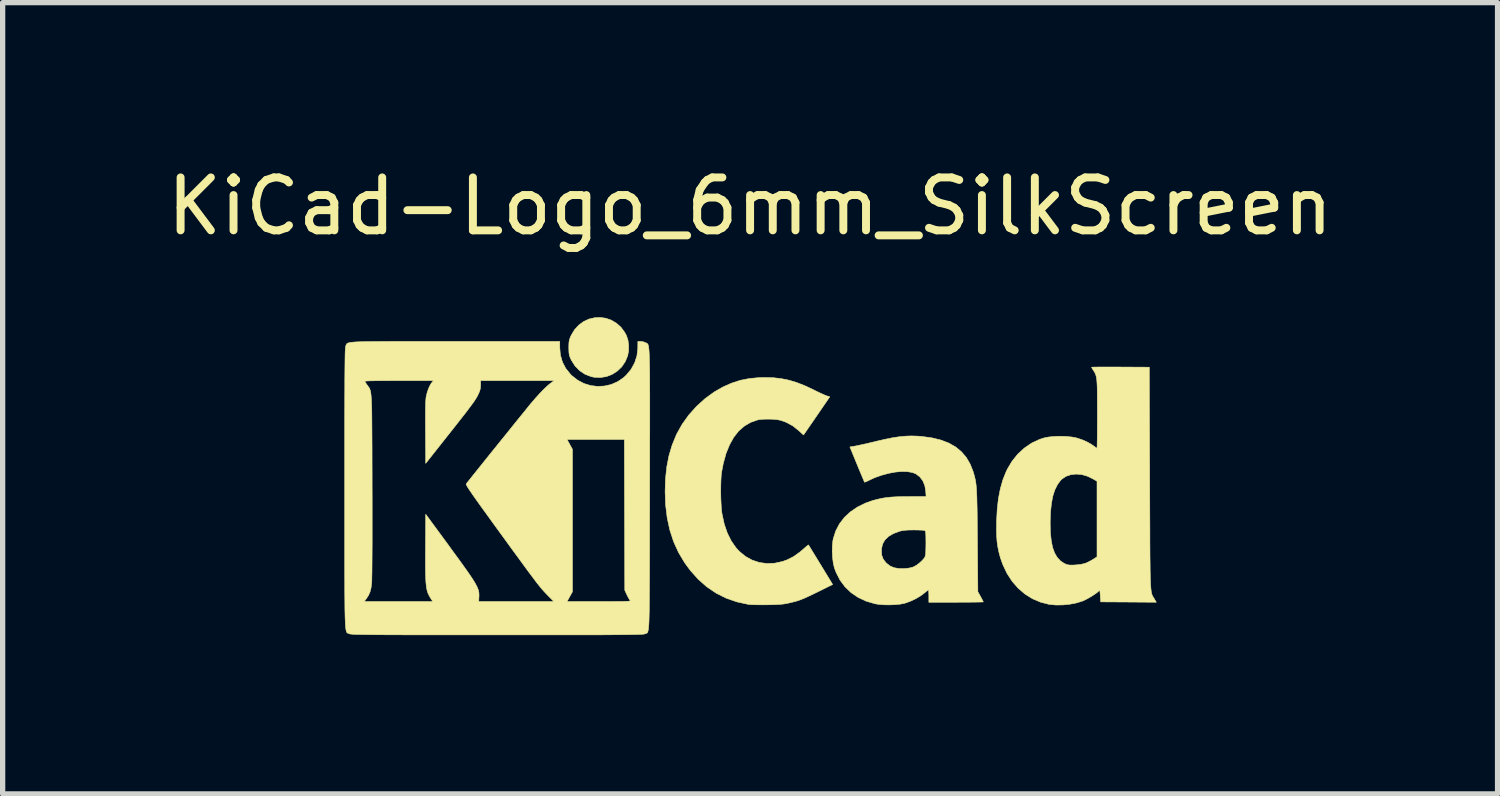
<source format=kicad_pcb>
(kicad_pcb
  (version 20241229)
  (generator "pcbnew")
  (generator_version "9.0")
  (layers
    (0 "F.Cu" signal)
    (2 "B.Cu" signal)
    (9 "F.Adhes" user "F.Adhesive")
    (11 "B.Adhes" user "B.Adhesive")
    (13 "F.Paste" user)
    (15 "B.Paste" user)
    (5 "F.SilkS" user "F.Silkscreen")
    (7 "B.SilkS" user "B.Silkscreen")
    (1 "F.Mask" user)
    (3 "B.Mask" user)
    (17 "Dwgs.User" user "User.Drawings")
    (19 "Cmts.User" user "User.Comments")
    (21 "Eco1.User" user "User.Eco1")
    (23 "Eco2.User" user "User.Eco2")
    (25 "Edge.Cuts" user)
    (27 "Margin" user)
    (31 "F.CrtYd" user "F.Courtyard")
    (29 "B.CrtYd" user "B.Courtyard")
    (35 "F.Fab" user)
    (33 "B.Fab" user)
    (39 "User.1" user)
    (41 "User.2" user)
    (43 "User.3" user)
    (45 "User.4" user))
  (footprint "KiCad-Logo_6mm_SilkScreen"
    (layer "F.Cu")
    (at 11.125 5.928)
    (property "Reference" "KiCad-Logo_6mm_SilkScreen" (at 0 -5.08 0) (layer "F.SilkS") (effects (font (size 1 1) (thickness 0.15))))
    (attr exclude_from_pos_files exclude_from_bom)
    (fp_poly (pts (xy -2.726 -2.964) (xy -2.623 -2.928) (xy -2.527 -2.871) (xy -2.441 -2.795) (xy -2.369 -2.697) (xy -2.336 -2.636) (xy -2.308 -2.55) (xy -2.295 -2.451) (xy -2.296 -2.35) (xy -2.313 -2.257) (xy -2.359 -2.145) (xy -2.425 -2.047) (xy -2.509 -1.966) (xy -2.606 -1.904) (xy -2.714 -1.862) (xy -2.829 -1.844) (xy -2.948 -1.849) (xy -3.007 -1.862) (xy -3.121 -1.906) (xy -3.222 -1.974) (xy -3.309 -2.063) (xy -3.377 -2.171) (xy -3.383 -2.183) (xy -3.403 -2.227) (xy -3.415 -2.265) (xy -3.422 -2.304) (xy -3.425 -2.355) (xy -3.426 -2.41) (xy -3.425 -2.476) (xy -3.421 -2.523) (xy -3.413 -2.562) (xy -3.399 -2.6) (xy -3.382 -2.639) (xy -3.318 -2.747) (xy -3.238 -2.834) (xy -3.147 -2.901) (xy -3.047 -2.948) (xy -2.941 -2.973) (xy -2.833 -2.979) (xy -2.726 -2.964)) (stroke (width 0.01) (type solid)) (fill yes) (layer "F.SilkS"))
    (fp_poly (pts (xy 0.44 -1.84) (xy 0.588 -1.823) (xy 0.731 -1.794) (xy 0.876 -1.751) (xy 1.028 -1.692) (xy 1.192 -1.615) (xy 1.222 -1.6) (xy 1.29 -1.567) (xy 1.354 -1.537) (xy 1.408 -1.513) (xy 1.446 -1.498) (xy 1.451 -1.496) (xy 1.506 -1.48) (xy 1.26 -1.121) (xy 1.2 -1.033) (xy 1.144 -0.953) (xy 1.096 -0.883) (xy 1.057 -0.826) (xy 1.029 -0.785) (xy 1.013 -0.763) (xy 1.011 -0.759) (xy 1 -0.767) (xy 0.975 -0.789) (xy 0.939 -0.823) (xy 0.919 -0.841) (xy 0.806 -0.931) (xy 0.679 -0.999) (xy 0.57 -1.037) (xy 0.504 -1.049) (xy 0.422 -1.056) (xy 0.333 -1.058) (xy 0.247 -1.056) (xy 0.173 -1.048) (xy 0.144 -1.043) (xy 0.011 -0.997) (xy -0.108 -0.927) (xy -0.215 -0.834) (xy -0.308 -0.716) (xy -0.387 -0.575) (xy -0.454 -0.411) (xy -0.506 -0.223) (xy -0.537 -0.062) (xy -0.546 0.009) (xy -0.551 0.101) (xy -0.554 0.207) (xy -0.555 0.32) (xy -0.553 0.435) (xy -0.548 0.544) (xy -0.542 0.64) (xy -0.533 0.718) (xy -0.531 0.73) (xy -0.489 0.923) (xy -0.431 1.094) (xy -0.357 1.243) (xy -0.267 1.372) (xy -0.203 1.442) (xy -0.089 1.536) (xy 0.037 1.606) (xy 0.172 1.651) (xy 0.313 1.671) (xy 0.459 1.666) (xy 0.608 1.634) (xy 0.696 1.603) (xy 0.818 1.542) (xy 0.943 1.453) (xy 1.013 1.393) (xy 1.053 1.358) (xy 1.084 1.332) (xy 1.101 1.32) (xy 1.104 1.32) (xy 1.112 1.332) (xy 1.132 1.366) (xy 1.163 1.416) (xy 1.203 1.482) (xy 1.251 1.56) (xy 1.304 1.647) (xy 1.334 1.696) (xy 1.56 2.067) (xy 1.278 2.207) (xy 1.176 2.257) (xy 1.093 2.296) (xy 1.025 2.327) (xy 0.966 2.351) (xy 0.911 2.371) (xy 0.855 2.388) (xy 0.794 2.403) (xy 0.735 2.417) (xy 0.682 2.428) (xy 0.627 2.437) (xy 0.565 2.443) (xy 0.488 2.447) (xy 0.394 2.45) (xy 0.33 2.451) (xy 0.238 2.452) (xy 0.151 2.451) (xy 0.073 2.45) (xy 0.01 2.447) (xy -0.032 2.444) (xy -0.034 2.443) (xy -0.25 2.396) (xy -0.452 2.326) (xy -0.642 2.231) (xy -0.818 2.112) (xy -0.98 1.969) (xy -1.129 1.803) (xy -1.238 1.654) (xy -1.353 1.461) (xy -1.446 1.256) (xy -1.517 1.038) (xy -1.567 0.807) (xy -1.597 0.56) (xy -1.606 0.309) (xy -1.598 0.066) (xy -1.574 -0.158) (xy -1.533 -0.368) (xy -1.474 -0.565) (xy -1.396 -0.756) (xy -1.387 -0.776) (xy -1.284 -0.96) (xy -1.159 -1.135) (xy -1.013 -1.298) (xy -0.851 -1.445) (xy -0.676 -1.572) (xy -0.514 -1.665) (xy -0.349 -1.738) (xy -0.185 -1.791) (xy -0.013 -1.825) (xy 0.171 -1.842) (xy 0.281 -1.844) (xy 0.44 -1.84)) (stroke (width 0.01) (type solid)) (fill yes) (layer "F.SilkS"))
    (fp_poly (pts (xy 6.842 -2.043) (xy 6.959 -2.043) (xy 6.999 -2.042) (xy 7.544 -2.039) (xy 7.551 0.055) (xy 7.552 0.339) (xy 7.553 0.597) (xy 7.554 0.83) (xy 7.555 1.039) (xy 7.555 1.227) (xy 7.556 1.393) (xy 7.557 1.54) (xy 7.559 1.669) (xy 7.56 1.782) (xy 7.562 1.879) (xy 7.564 1.961) (xy 7.567 2.031) (xy 7.57 2.09) (xy 7.574 2.138) (xy 7.578 2.177) (xy 7.582 2.209) (xy 7.588 2.235) (xy 7.594 2.257) (xy 7.601 2.274) (xy 7.609 2.29) (xy 7.618 2.305) (xy 7.627 2.32) (xy 7.638 2.337) (xy 7.64 2.341) (xy 7.676 2.403) (xy 7.15 2.399) (xy 6.625 2.396) (xy 6.618 2.28) (xy 6.614 2.225) (xy 6.61 2.193) (xy 6.605 2.18) (xy 6.597 2.183) (xy 6.59 2.19) (xy 6.561 2.217) (xy 6.514 2.251) (xy 6.456 2.289) (xy 6.392 2.326) (xy 6.33 2.359) (xy 6.283 2.38) (xy 6.171 2.415) (xy 6.044 2.44) (xy 5.909 2.454) (xy 5.777 2.455) (xy 5.656 2.444) (xy 5.654 2.444) (xy 5.49 2.402) (xy 5.335 2.336) (xy 5.193 2.247) (xy 5.065 2.137) (xy 4.951 2.006) (xy 4.854 1.856) (xy 4.775 1.689) (xy 4.731 1.565) (xy 4.703 1.462) (xy 4.682 1.361) (xy 4.667 1.258) (xy 4.659 1.146) (xy 4.656 1.019) (xy 4.658 0.915) (xy 5.671 0.915) (xy 5.675 1.089) (xy 5.691 1.239) (xy 5.716 1.366) (xy 5.754 1.471) (xy 5.803 1.555) (xy 5.864 1.621) (xy 5.934 1.668) (xy 5.971 1.685) (xy 6.003 1.695) (xy 6.038 1.7) (xy 6.086 1.701) (xy 6.137 1.699) (xy 6.238 1.69) (xy 6.318 1.672) (xy 6.343 1.664) (xy 6.4 1.638) (xy 6.461 1.605) (xy 6.487 1.589) (xy 6.556 1.544) (xy 6.556 0.117) (xy 6.48 0.072) (xy 6.375 0.021) (xy 6.268 -0.01) (xy 6.162 -0.019) (xy 6.061 -0.008) (xy 5.97 0.023) (xy 5.893 0.075) (xy 5.868 0.099) (xy 5.808 0.181) (xy 5.759 0.279) (xy 5.721 0.396) (xy 5.695 0.533) (xy 5.678 0.692) (xy 5.671 0.876) (xy 5.671 0.915) (xy 4.658 0.915) (xy 4.658 0.872) (xy 4.67 0.646) (xy 4.693 0.442) (xy 4.729 0.258) (xy 4.777 0.089) (xy 4.839 -0.066) (xy 4.861 -0.112) (xy 4.95 -0.262) (xy 5.058 -0.396) (xy 5.182 -0.51) (xy 5.319 -0.604) (xy 5.468 -0.674) (xy 5.557 -0.703) (xy 5.644 -0.72) (xy 5.749 -0.73) (xy 5.863 -0.734) (xy 5.977 -0.73) (xy 6.083 -0.719) (xy 6.167 -0.703) (xy 6.268 -0.67) (xy 6.366 -0.628) (xy 6.451 -0.58) (xy 6.497 -0.548) (xy 6.528 -0.525) (xy 6.55 -0.51) (xy 6.555 -0.508) (xy 6.557 -0.521) (xy 6.558 -0.559) (xy 6.559 -0.619) (xy 6.561 -0.699) (xy 6.562 -0.795) (xy 6.562 -0.906) (xy 6.563 -1.027) (xy 6.563 -1.151) (xy 6.563 -1.31) (xy 6.562 -1.444) (xy 6.561 -1.555) (xy 6.56 -1.647) (xy 6.557 -1.721) (xy 6.553 -1.781) (xy 6.548 -1.829) (xy 6.54 -1.867) (xy 6.531 -1.898) (xy 6.52 -1.925) (xy 6.507 -1.949) (xy 6.49 -1.975) (xy 6.488 -1.978) (xy 6.467 -2.011) (xy 6.455 -2.034) (xy 6.453 -2.039) (xy 6.466 -2.04) (xy 6.504 -2.041) (xy 6.563 -2.042) (xy 6.642 -2.043) (xy 6.735 -2.043) (xy 6.842 -2.043)) (stroke (width 0.01) (type solid)) (fill yes) (layer "F.SilkS"))
    (fp_poly (pts (xy 3.168 -0.736) (xy 3.236 -0.731) (xy 3.43 -0.705) (xy 3.603 -0.663) (xy 3.753 -0.606) (xy 3.884 -0.532) (xy 3.994 -0.441) (xy 4.086 -0.333) (xy 4.16 -0.206) (xy 4.214 -0.069) (xy 4.227 -0.025) (xy 4.239 0.016) (xy 4.249 0.057) (xy 4.258 0.099) (xy 4.266 0.145) (xy 4.272 0.196) (xy 4.277 0.257) (xy 4.281 0.327) (xy 4.285 0.411) (xy 4.287 0.509) (xy 4.29 0.624) (xy 4.292 0.759) (xy 4.293 0.915) (xy 4.295 1.095) (xy 4.296 1.236) (xy 4.304 2.204) (xy 4.356 2.297) (xy 4.38 2.342) (xy 4.398 2.377) (xy 4.407 2.395) (xy 4.407 2.396) (xy 4.394 2.398) (xy 4.356 2.399) (xy 4.297 2.4) (xy 4.22 2.401) (xy 4.127 2.402) (xy 4.021 2.402) (xy 3.906 2.403) (xy 3.892 2.403) (xy 3.378 2.403) (xy 3.378 2.286) (xy 3.377 2.233) (xy 3.374 2.193) (xy 3.371 2.171) (xy 3.369 2.169) (xy 3.356 2.178) (xy 3.328 2.2) (xy 3.291 2.231) (xy 3.29 2.231) (xy 3.224 2.281) (xy 3.14 2.331) (xy 3.048 2.376) (xy 2.957 2.411) (xy 2.918 2.423) (xy 2.838 2.439) (xy 2.741 2.448) (xy 2.635 2.453) (xy 2.528 2.451) (xy 2.43 2.443) (xy 2.362 2.432) (xy 2.194 2.383) (xy 2.042 2.312) (xy 1.909 2.222) (xy 1.794 2.112) (xy 1.699 1.984) (xy 1.625 1.839) (xy 1.592 1.751) (xy 1.572 1.665) (xy 1.559 1.562) (xy 1.553 1.451) (xy 1.553 1.435) (xy 2.482 1.435) (xy 2.489 1.517) (xy 2.515 1.586) (xy 2.562 1.649) (xy 2.581 1.668) (xy 2.645 1.718) (xy 2.72 1.75) (xy 2.81 1.766) (xy 2.904 1.767) (xy 2.994 1.759) (xy 3.062 1.744) (xy 3.092 1.733) (xy 3.145 1.703) (xy 3.202 1.66) (xy 3.254 1.612) (xy 3.293 1.566) (xy 3.303 1.549) (xy 3.311 1.526) (xy 3.317 1.488) (xy 3.32 1.433) (xy 3.322 1.357) (xy 3.323 1.284) (xy 3.322 1.199) (xy 3.321 1.138) (xy 3.319 1.096) (xy 3.315 1.07) (xy 3.309 1.055) (xy 3.301 1.048) (xy 3.299 1.046) (xy 3.276 1.043) (xy 3.233 1.04) (xy 3.173 1.038) (xy 3.104 1.037) (xy 3.089 1.037) (xy 2.997 1.038) (xy 2.925 1.043) (xy 2.869 1.051) (xy 2.822 1.062) (xy 2.706 1.106) (xy 2.615 1.16) (xy 2.548 1.225) (xy 2.504 1.302) (xy 2.484 1.391) (xy 2.482 1.435) (xy 1.553 1.435) (xy 1.554 1.342) (xy 1.564 1.245) (xy 1.571 1.205) (xy 1.617 1.059) (xy 1.687 0.924) (xy 1.78 0.802) (xy 1.895 0.695) (xy 2.03 0.603) (xy 2.183 0.528) (xy 2.313 0.482) (xy 2.401 0.459) (xy 2.484 0.44) (xy 2.569 0.426) (xy 2.661 0.416) (xy 2.765 0.41) (xy 2.888 0.407) (xy 2.998 0.406) (xy 3.326 0.405) (xy 3.319 0.307) (xy 3.302 0.2) (xy 3.264 0.108) (xy 3.207 0.033) (xy 3.134 -0.022) (xy 3.07 -0.048) (xy 2.977 -0.065) (xy 2.867 -0.068) (xy 2.745 -0.057) (xy 2.615 -0.033) (xy 2.483 0.003) (xy 2.354 0.049) (xy 2.261 0.092) (xy 2.216 0.114) (xy 2.181 0.129) (xy 2.164 0.135) (xy 2.163 0.135) (xy 2.157 0.121) (xy 2.142 0.086) (xy 2.119 0.032) (xy 2.09 -0.037) (xy 2.056 -0.118) (xy 2.022 -0.201) (xy 1.886 -0.532) (xy 1.983 -0.548) (xy 2.025 -0.556) (xy 2.088 -0.57) (xy 2.167 -0.587) (xy 2.257 -0.608) (xy 2.351 -0.63) (xy 2.389 -0.64) (xy 2.552 -0.677) (xy 2.694 -0.706) (xy 2.822 -0.725) (xy 2.939 -0.736) (xy 3.053 -0.74) (xy 3.168 -0.736)) (stroke (width 0.01) (type solid)) (fill yes) (layer "F.SilkS"))
    (fp_poly (pts (xy -5.956 -2.526) (xy -5.691 -2.526) (xy -5.568 -2.526) (xy -3.597 -2.526) (xy -3.597 -2.41) (xy -3.585 -2.269) (xy -3.547 -2.138) (xy -3.485 -2.018) (xy -3.396 -1.907) (xy -3.366 -1.877) (xy -3.258 -1.793) (xy -3.14 -1.731) (xy -3.013 -1.692) (xy -2.883 -1.676) (xy -2.752 -1.683) (xy -2.625 -1.712) (xy -2.504 -1.765) (xy -2.393 -1.84) (xy -2.343 -1.886) (xy -2.25 -1.997) (xy -2.182 -2.12) (xy -2.139 -2.252) (xy -2.122 -2.392) (xy -2.122 -2.406) (xy -2.121 -2.526) (xy -2.068 -2.526) (xy -2.022 -2.52) (xy -1.979 -2.504) (xy -1.976 -2.503) (xy -1.966 -2.498) (xy -1.957 -2.494) (xy -1.949 -2.49) (xy -1.942 -2.485) (xy -1.935 -2.477) (xy -1.929 -2.467) (xy -1.924 -2.451) (xy -1.919 -2.43) (xy -1.915 -2.402) (xy -1.911 -2.366) (xy -1.908 -2.321) (xy -1.905 -2.266) (xy -1.903 -2.199) (xy -1.901 -2.12) (xy -1.899 -2.027) (xy -1.898 -1.919) (xy -1.897 -1.795) (xy -1.897 -1.654) (xy -1.896 -1.495) (xy -1.896 -1.317) (xy -1.896 -1.118) (xy -1.896 -0.897) (xy -1.897 -0.654) (xy -1.897 -0.386) (xy -1.897 -0.094) (xy -1.898 0.224) (xy -1.898 0.263) (xy -1.898 0.584) (xy -1.899 0.878) (xy -1.899 1.147) (xy -1.899 1.392) (xy -1.9 1.614) (xy -1.9 1.814) (xy -1.901 1.994) (xy -1.902 2.154) (xy -1.903 2.296) (xy -1.904 2.421) (xy -1.905 2.529) (xy -1.907 2.623) (xy -1.909 2.702) (xy -1.911 2.769) (xy -1.914 2.825) (xy -1.918 2.87) (xy -1.921 2.906) (xy -1.926 2.934) (xy -1.931 2.954) (xy -1.936 2.969) (xy -1.942 2.979) (xy -1.949 2.986) (xy -1.956 2.99) (xy -1.965 2.993) (xy -1.974 2.995) (xy -1.983 2.999) (xy -1.986 3) (xy -1.993 3.002) (xy -2.006 3.005) (xy -2.025 3.007) (xy -2.051 3.009) (xy -2.085 3.01) (xy -2.129 3.012) (xy -2.184 3.013) (xy -2.25 3.014) (xy -2.329 3.015) (xy -2.422 3.016) (xy -2.53 3.017) (xy -2.654 3.018) (xy -2.795 3.019) (xy -2.955 3.019) (xy -3.134 3.019) (xy -3.333 3.02) (xy -3.554 3.02) (xy -3.798 3.02) (xy -4.066 3.02) (xy -4.358 3.02) (xy -4.677 3.02) (xy -4.78 3.02) (xy -5.106 3.02) (xy -5.405 3.02) (xy -5.679 3.02) (xy -5.929 3.02) (xy -6.156 3.02) (xy -6.361 3.019) (xy -6.545 3.019) (xy -6.71 3.018) (xy -6.856 3.018) (xy -6.984 3.017) (xy -7.097 3.016) (xy -7.194 3.015) (xy -7.277 3.014) (xy -7.347 3.013) (xy -7.405 3.012) (xy -7.453 3.011) (xy -7.491 3.009) (xy -7.52 3.007) (xy -7.542 3.005) (xy -7.558 3.003) (xy -7.569 3.001) (xy -7.574 2.998) (xy -7.585 2.994) (xy -7.594 2.991) (xy -7.603 2.988) (xy -7.611 2.983) (xy -7.618 2.977) (xy -7.624 2.967) (xy -7.63 2.952) (xy -7.635 2.932) (xy -7.64 2.905) (xy -7.644 2.87) (xy -7.647 2.826) (xy -7.65 2.772) (xy -7.653 2.706) (xy -7.655 2.628) (xy -7.657 2.536) (xy -7.658 2.43) (xy -7.658 2.389) (xy -7.292 2.389) (xy -5.997 2.389) (xy -6.022 2.351) (xy -6.046 2.312) (xy -6.067 2.275) (xy -6.085 2.238) (xy -6.099 2.197) (xy -6.111 2.15) (xy -6.119 2.094) (xy -6.126 2.028) (xy -6.13 1.948) (xy -6.133 1.852) (xy -6.135 1.736) (xy -6.135 1.6) (xy -6.134 1.439) (xy -6.134 1.379) (xy -6.13 0.74) (xy -5.725 1.291) (xy -5.611 1.448) (xy -5.511 1.584) (xy -5.426 1.702) (xy -5.354 1.803) (xy -5.294 1.889) (xy -5.245 1.963) (xy -5.206 2.025) (xy -5.177 2.078) (xy -5.154 2.123) (xy -5.139 2.163) (xy -5.129 2.198) (xy -5.124 2.231) (xy -5.123 2.264) (xy -5.123 2.299) (xy -5.124 2.303) (xy -5.128 2.389) (xy -3.709 2.389) (xy -3.814 2.283) (xy -3.843 2.253) (xy -3.87 2.225) (xy -3.897 2.196) (xy -3.925 2.165) (xy -3.955 2.129) (xy -3.988 2.088) (xy -4.026 2.041) (xy -4.069 1.984) (xy -4.119 1.917) (xy -4.178 1.839) (xy -4.245 1.748) (xy -4.323 1.641) (xy -4.413 1.518) (xy -4.516 1.378) (xy -4.632 1.217) (xy -4.728 1.086) (xy -4.848 0.921) (xy -4.952 0.776) (xy -5.043 0.651) (xy -5.12 0.544) (xy -5.184 0.454) (xy -5.237 0.379) (xy -5.279 0.317) (xy -5.312 0.269) (xy -5.336 0.231) (xy -5.352 0.203) (xy -5.362 0.184) (xy -5.365 0.172) (xy -5.364 0.165) (xy -5.351 0.148) (xy -5.322 0.112) (xy -5.279 0.058) (xy -5.225 -0.01) (xy -5.16 -0.091) (xy -5.086 -0.183) (xy -5.006 -0.283) (xy -4.921 -0.389) (xy -4.832 -0.499) (xy -4.742 -0.611) (xy -4.692 -0.673) (xy -3.459 -0.673) (xy -3.408 -0.58) (xy -3.357 -0.487) (xy -3.357 2.204) (xy -3.408 2.296) (xy -3.459 2.389) (xy -2.853 2.389) (xy -2.709 2.389) (xy -2.589 2.389) (xy -2.493 2.388) (xy -2.417 2.388) (xy -2.359 2.386) (xy -2.317 2.385) (xy -2.289 2.382) (xy -2.273 2.379) (xy -2.266 2.375) (xy -2.265 2.37) (xy -2.269 2.365) (xy -2.27 2.365) (xy -2.287 2.34) (xy -2.31 2.299) (xy -2.33 2.258) (xy -2.368 2.176) (xy -2.376 -0.673) (xy -3.459 -0.673) (xy -4.692 -0.673) (xy -4.651 -0.723) (xy -4.563 -0.832) (xy -4.479 -0.937) (xy -4.4 -1.035) (xy -4.328 -1.124) (xy -4.264 -1.202) (xy -4.212 -1.267) (xy -4.172 -1.317) (xy -4.148 -1.346) (xy -4.056 -1.453) (xy -3.968 -1.55) (xy -3.886 -1.634) (xy -3.814 -1.701) (xy -3.763 -1.741) (xy -3.703 -1.785) (xy -5.092 -1.785) (xy -5.092 -1.703) (xy -5.096 -1.643) (xy -5.11 -1.588) (xy -5.133 -1.535) (xy -5.148 -1.505) (xy -5.163 -1.476) (xy -5.182 -1.445) (xy -5.204 -1.41) (xy -5.232 -1.369) (xy -5.267 -1.322) (xy -5.31 -1.264) (xy -5.362 -1.195) (xy -5.426 -1.113) (xy -5.503 -1.015) (xy -5.593 -0.9) (xy -5.7 -0.765) (xy -5.712 -0.75) (xy -6.13 -0.221) (xy -6.134 -0.807) (xy -6.135 -0.983) (xy -6.135 -1.131) (xy -6.134 -1.254) (xy -6.132 -1.35) (xy -6.128 -1.421) (xy -6.124 -1.467) (xy -6.123 -1.475) (xy -6.101 -1.567) (xy -6.071 -1.649) (xy -6.038 -1.716) (xy -6.018 -1.744) (xy -5.984 -1.785) (xy -6.638 -1.785) (xy -6.794 -1.785) (xy -6.924 -1.784) (xy -7.031 -1.784) (xy -7.116 -1.782) (xy -7.182 -1.781) (xy -7.229 -1.779) (xy -7.26 -1.776) (xy -7.277 -1.773) (xy -7.282 -1.769) (xy -7.282 -1.768) (xy -7.268 -1.747) (xy -7.245 -1.714) (xy -7.233 -1.697) (xy -7.22 -1.68) (xy -7.209 -1.665) (xy -7.199 -1.65) (xy -7.19 -1.635) (xy -7.183 -1.616) (xy -7.176 -1.593) (xy -7.17 -1.565) (xy -7.165 -1.53) (xy -7.161 -1.486) (xy -7.157 -1.432) (xy -7.154 -1.367) (xy -7.151 -1.288) (xy -7.149 -1.196) (xy -7.148 -1.087) (xy -7.147 -0.961) (xy -7.146 -0.816) (xy -7.145 -0.651) (xy -7.144 -0.464) (xy -7.144 -0.253) (xy -7.143 -0.018) (xy -7.143 0.198) (xy -7.142 0.439) (xy -7.142 0.668) (xy -7.142 0.885) (xy -7.142 1.089) (xy -7.142 1.276) (xy -7.143 1.447) (xy -7.144 1.6) (xy -7.145 1.732) (xy -7.146 1.844) (xy -7.148 1.932) (xy -7.149 1.996) (xy -7.151 2.035) (xy -7.151 2.039) (xy -7.163 2.132) (xy -7.182 2.207) (xy -7.211 2.273) (xy -7.253 2.337) (xy -7.258 2.344) (xy -7.292 2.389) (xy -7.658 2.389) (xy -7.659 2.307) (xy -7.66 2.168) (xy -7.66 2.011) (xy -7.661 1.834) (xy -7.661 1.636) (xy -7.661 1.418) (xy -7.661 1.176) (xy -7.661 0.911) (xy -7.661 0.62) (xy -7.661 0.304) (xy -7.661 0.241) (xy -7.661 -0.079) (xy -7.661 -0.372) (xy -7.661 -0.641) (xy -7.661 -0.885) (xy -7.661 -1.106) (xy -7.66 -1.305) (xy -7.66 -1.484) (xy -7.659 -1.643) (xy -7.659 -1.784) (xy -7.658 -1.907) (xy -7.657 -2.015) (xy -7.656 -2.107) (xy -7.655 -2.185) (xy -7.654 -2.25) (xy -7.653 -2.304) (xy -7.651 -2.347) (xy -7.649 -2.381) (xy -7.647 -2.406) (xy -7.645 -2.425) (xy -7.643 -2.437) (xy -7.64 -2.444) (xy -7.64 -2.444) (xy -7.635 -2.455) (xy -7.631 -2.466) (xy -7.626 -2.475) (xy -7.62 -2.483) (xy -7.61 -2.49) (xy -7.596 -2.496) (xy -7.576 -2.502) (xy -7.549 -2.507) (xy -7.514 -2.511) (xy -7.469 -2.515) (xy -7.413 -2.518) (xy -7.345 -2.52) (xy -7.263 -2.522) (xy -7.166 -2.523) (xy -7.052 -2.524) (xy -6.921 -2.525) (xy -6.771 -2.526) (xy -6.601 -2.526) (xy -6.409 -2.526) (xy -6.195 -2.526) (xy -5.956 -2.526)) (stroke (width 0.01) (type solid)) (fill yes) (layer "F.SilkS")))
  (gr_rect
    (start -3 -3)
    (end 25.25 11.953)
    (stroke (width 0.1) (type default))
    (fill no)
    (layer "Edge.Cuts")))
</source>
